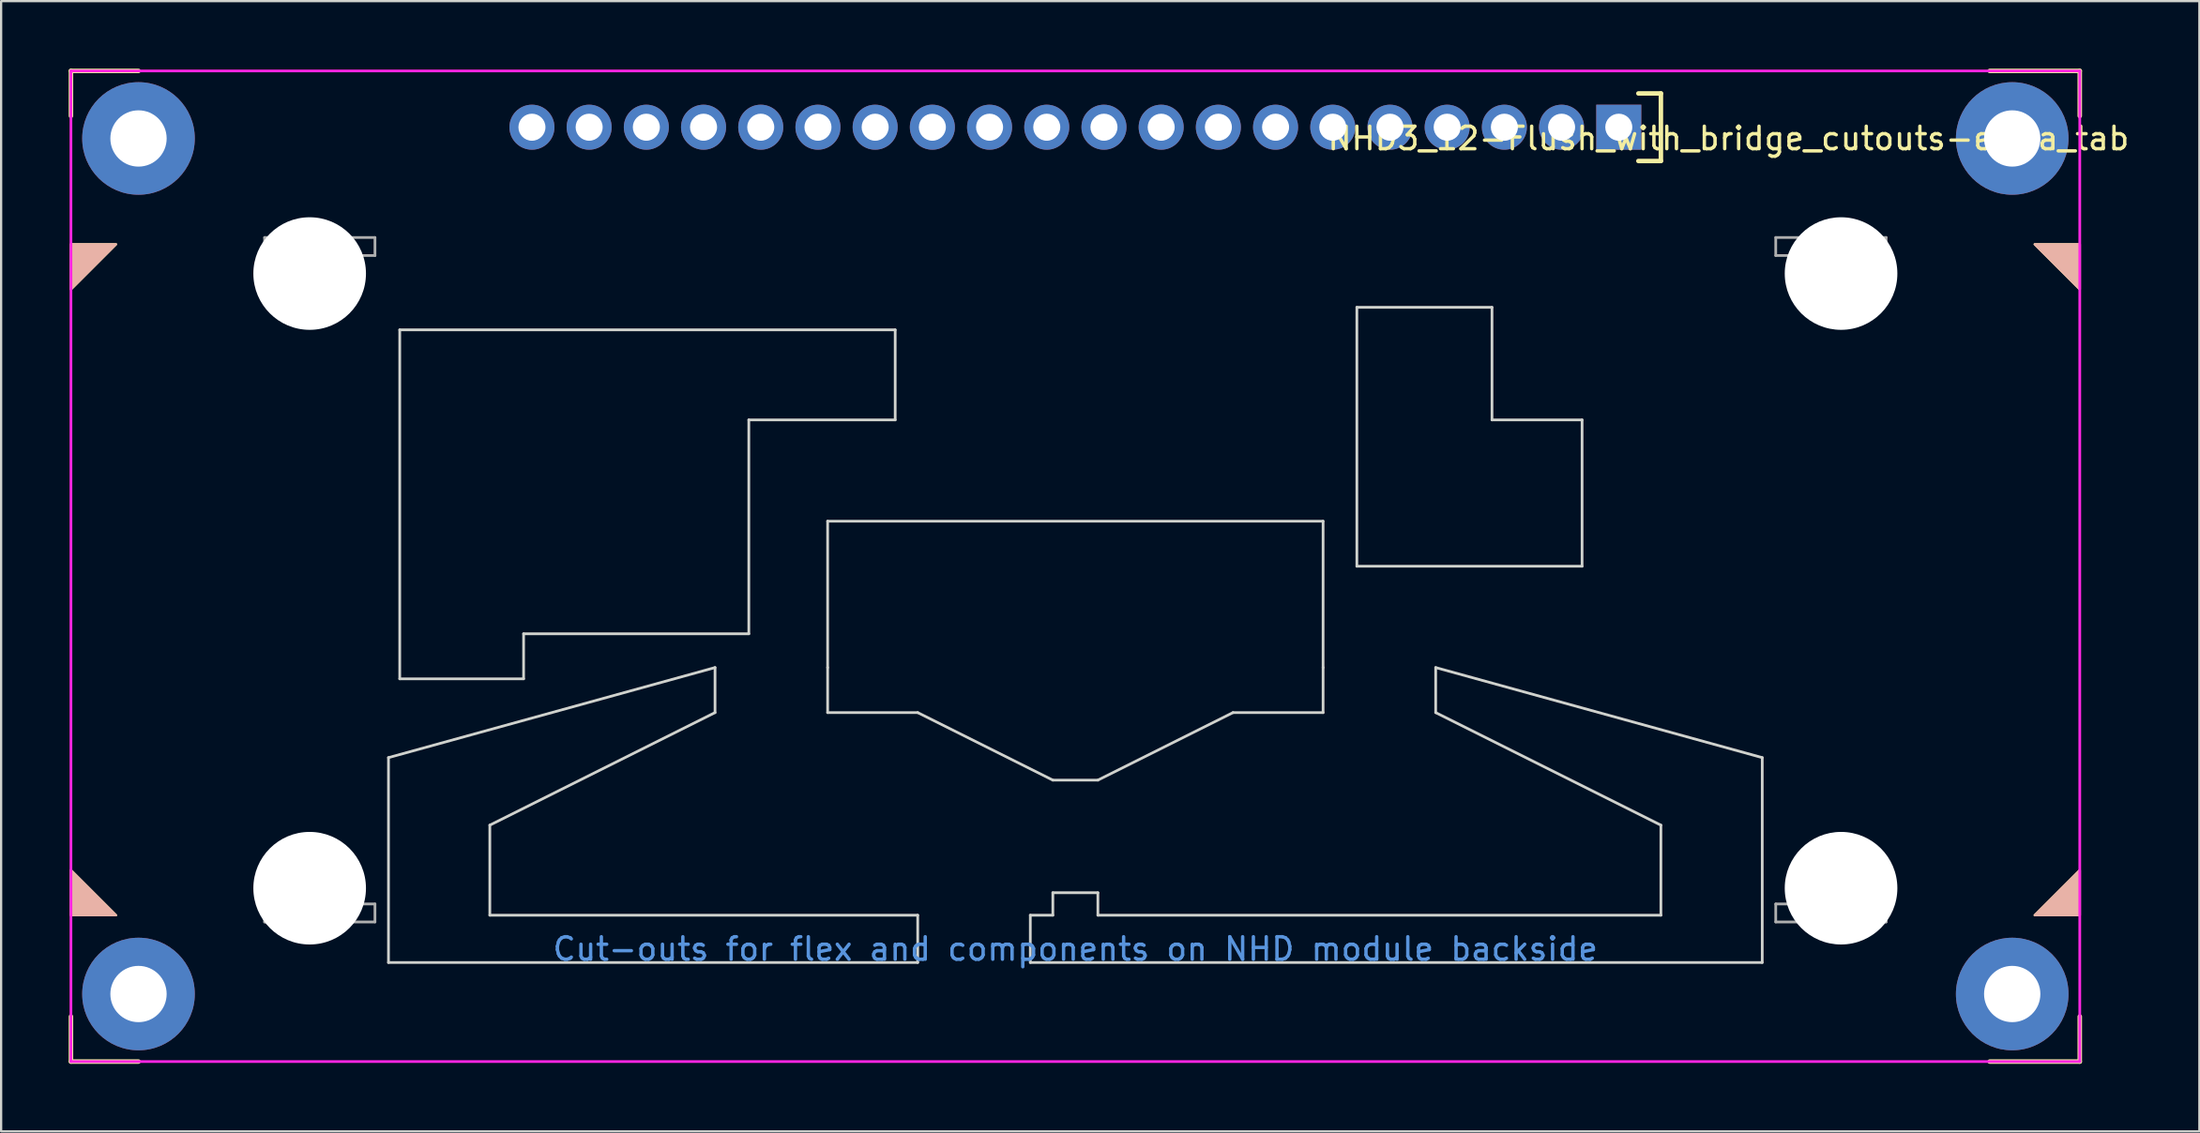
<source format=kicad_pcb>
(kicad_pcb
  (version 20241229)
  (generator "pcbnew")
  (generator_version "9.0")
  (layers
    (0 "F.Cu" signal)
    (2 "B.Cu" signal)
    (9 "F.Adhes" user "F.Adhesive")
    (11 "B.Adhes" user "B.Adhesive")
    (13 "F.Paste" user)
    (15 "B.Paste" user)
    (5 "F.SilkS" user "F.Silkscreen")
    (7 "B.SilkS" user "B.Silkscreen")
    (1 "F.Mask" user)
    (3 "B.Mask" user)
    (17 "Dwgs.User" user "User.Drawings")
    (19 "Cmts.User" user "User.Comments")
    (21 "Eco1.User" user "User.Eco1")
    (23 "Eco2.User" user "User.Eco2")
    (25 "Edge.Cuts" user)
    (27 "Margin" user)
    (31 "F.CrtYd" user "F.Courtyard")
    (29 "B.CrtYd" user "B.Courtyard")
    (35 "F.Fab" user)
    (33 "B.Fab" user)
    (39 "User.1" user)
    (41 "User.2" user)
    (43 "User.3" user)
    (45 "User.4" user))
  (footprint "NHD3_12-Flush_with_bridge_cutouts-extra_tab"
    (layer "F.Cu")
    (at 44.7 22.1)
    (property "Reference" "NHD3_12-Flush_with_bridge_cutouts-extra_tab" (at 29 -19 0) (layer "F.SilkS") (effects (font (size 1 1) (thickness 0.15))))
    (attr through_hole)
    (fp_line (start -44.6 -22) (end -41.6 -22) (stroke (width 0.2) (type solid)) (layer "F.SilkS"))
    (fp_line (start -44.6 -20) (end -44.6 -22) (stroke (width 0.2) (type solid)) (layer "F.SilkS"))
    (fp_line (start -44.6 20) (end -44.6 22) (stroke (width 0.2) (type solid)) (layer "F.SilkS"))
    (fp_line (start -44.6 22) (end -41.6 22) (stroke (width 0.2) (type solid)) (layer "F.SilkS"))
    (fp_line (start 25 -21) (end 26 -21) (stroke (width 0.2) (type solid)) (layer "F.SilkS"))
    (fp_line (start 26 -21) (end 26 -18) (stroke (width 0.2) (type solid)) (layer "F.SilkS"))
    (fp_line (start 26 -18) (end 25 -18) (stroke (width 0.2) (type solid)) (layer "F.SilkS"))
    (fp_line (start 40.6 -22) (end 44.6 -22) (stroke (width 0.2) (type solid)) (layer "F.SilkS"))
    (fp_line (start 44.6 -22) (end 44.6 -20) (stroke (width 0.2) (type solid)) (layer "F.SilkS"))
    (fp_line (start 44.6 20) (end 44.6 22) (stroke (width 0.2) (type solid)) (layer "F.SilkS"))
    (fp_line (start 44.6 22) (end 40.6 22) (stroke (width 0.2) (type solid)) (layer "F.SilkS"))
    (fp_poly (pts (xy -44.6 -12.3) (xy -44.6 -14.3) (xy -42.6 -14.3)) (stroke (width 0.1) (type solid)) (fill yes) (layer "F.SilkS"))
    (fp_poly (pts (xy -42.6 15.5) (xy -44.6 15.5) (xy -44.6 13.5)) (stroke (width 0.1) (type solid)) (fill yes) (layer "F.SilkS"))
    (fp_poly (pts (xy 42.6 -14.3) (xy 44.6 -14.3) (xy 44.6 -12.3)) (stroke (width 0.1) (type solid)) (fill yes) (layer "F.SilkS"))
    (fp_poly (pts (xy 44.6 13.5) (xy 44.6 15.5) (xy 42.6 15.5)) (stroke (width 0.1) (type solid)) (fill yes) (layer "F.SilkS"))
    (fp_poly (pts (xy -44.6 13.5) (xy -44.6 15.5) (xy -42.6 15.5)) (stroke (width 0.1) (type solid)) (fill yes) (layer "B.SilkS"))
    (fp_poly (pts (xy -42.6 -14.3) (xy -44.6 -14.3) (xy -44.6 -12.3)) (stroke (width 0.1) (type solid)) (fill yes) (layer "B.SilkS"))
    (fp_poly (pts (xy 42.6 15.5) (xy 44.6 15.5) (xy 44.6 13.5)) (stroke (width 0.1) (type solid)) (fill yes) (layer "B.SilkS"))
    (fp_poly (pts (xy 44.6 -12.3) (xy 44.6 -14.3) (xy 42.6 -14.3)) (stroke (width 0.1) (type solid)) (fill yes) (layer "B.SilkS"))
    (fp_line (start -30.5 17.6) (end -30.5 8.5) (stroke (width 0.12) (type solid)) (layer "Eco1.User"))
    (fp_line (start -30 -10.5) (end -8 -10.5) (stroke (width 0.12) (type solid)) (layer "Eco1.User"))
    (fp_line (start -30 5) (end -30 -10.5) (stroke (width 0.12) (type solid)) (layer "Eco1.User"))
    (fp_line (start -26 11.5) (end -26 15.5) (stroke (width 0.12) (type solid)) (layer "Eco1.User"))
    (fp_line (start -26 15.5) (end -7 15.5) (stroke (width 0.12) (type solid)) (layer "Eco1.User"))
    (fp_line (start -24.5 3) (end -24.5 5) (stroke (width 0.12) (type solid)) (layer "Eco1.User"))
    (fp_line (start -24.5 5) (end -30 5) (stroke (width 0.12) (type solid)) (layer "Eco1.User"))
    (fp_line (start -16 4.5) (end -30.5 8.5) (stroke (width 0.12) (type solid)) (layer "Eco1.User"))
    (fp_line (start -16 4.5) (end -16 6.5) (stroke (width 0.12) (type solid)) (layer "Eco1.User"))
    (fp_line (start -16 6.5) (end -26 11.5) (stroke (width 0.12) (type solid)) (layer "Eco1.User"))
    (fp_line (start -14.5 -6.5) (end -14.5 3) (stroke (width 0.12) (type solid)) (layer "Eco1.User"))
    (fp_line (start -14.5 3) (end -24.5 3) (stroke (width 0.12) (type solid)) (layer "Eco1.User"))
    (fp_line (start -11 -2) (end 11 -2) (stroke (width 0.12) (type solid)) (layer "Eco1.User"))
    (fp_line (start -11 4.5) (end -11 -2) (stroke (width 0.12) (type solid)) (layer "Eco1.User"))
    (fp_line (start -11 4.5) (end -11 6.5) (stroke (width 0.12) (type solid)) (layer "Eco1.User"))
    (fp_line (start -11 6.5) (end -7 6.5) (stroke (width 0.12) (type solid)) (layer "Eco1.User"))
    (fp_line (start -8 -10.5) (end -8 -6.5) (stroke (width 0.12) (type solid)) (layer "Eco1.User"))
    (fp_line (start -8 -6.5) (end -14.5 -6.5) (stroke (width 0.12) (type solid)) (layer "Eco1.User"))
    (fp_line (start -7 6.5) (end -1 9.5) (stroke (width 0.12) (type solid)) (layer "Eco1.User"))
    (fp_line (start -7 15.5) (end -7 17.6) (stroke (width 0.12) (type solid)) (layer "Eco1.User"))
    (fp_line (start -7 17.6) (end -30.5 17.6) (stroke (width 0.12) (type solid)) (layer "Eco1.User"))
    (fp_line (start -2 15.5) (end -2 17.6) (stroke (width 0.12) (type solid)) (layer "Eco1.User"))
    (fp_line (start -2 15.5) (end -1 15.5) (stroke (width 0.12) (type solid)) (layer "Eco1.User"))
    (fp_line (start -1 14.5) (end 1 14.5) (stroke (width 0.12) (type solid)) (layer "Eco1.User"))
    (fp_line (start -1 15.5) (end -1 14.5) (stroke (width 0.12) (type solid)) (layer "Eco1.User"))
    (fp_line (start 1 9.5) (end -1 9.5) (stroke (width 0.12) (type solid)) (layer "Eco1.User"))
    (fp_line (start 1 14.5) (end 1 15.5) (stroke (width 0.12) (type solid)) (layer "Eco1.User"))
    (fp_line (start 1 15.5) (end 26 15.5) (stroke (width 0.12) (type solid)) (layer "Eco1.User"))
    (fp_line (start 7 6.5) (end 1 9.5) (stroke (width 0.12) (type solid)) (layer "Eco1.User"))
    (fp_line (start 11 -2) (end 11 4.5) (stroke (width 0.12) (type solid)) (layer "Eco1.User"))
    (fp_line (start 11 4.5) (end 11 6.5) (stroke (width 0.12) (type solid)) (layer "Eco1.User"))
    (fp_line (start 11 6.5) (end 7 6.5) (stroke (width 0.12) (type solid)) (layer "Eco1.User"))
    (fp_line (start 12.5 -11.5) (end 18.5 -11.5) (stroke (width 0.12) (type solid)) (layer "Eco1.User"))
    (fp_line (start 12.5 0) (end 12.5 -11.5) (stroke (width 0.12) (type solid)) (layer "Eco1.User"))
    (fp_line (start 16 4.5) (end 30.5 8.5) (stroke (width 0.12) (type solid)) (layer "Eco1.User"))
    (fp_line (start 16 6.5) (end 16 4.5) (stroke (width 0.12) (type solid)) (layer "Eco1.User"))
    (fp_line (start 18.5 -11.5) (end 18.5 -6.5) (stroke (width 0.12) (type solid)) (layer "Eco1.User"))
    (fp_line (start 18.5 -6.5) (end 22.5 -6.5) (stroke (width 0.12) (type solid)) (layer "Eco1.User"))
    (fp_line (start 22.5 -6.5) (end 22.5 0) (stroke (width 0.12) (type solid)) (layer "Eco1.User"))
    (fp_line (start 22.5 0) (end 12.5 0) (stroke (width 0.12) (type solid)) (layer "Eco1.User"))
    (fp_line (start 26 11.5) (end 16 6.5) (stroke (width 0.12) (type solid)) (layer "Eco1.User"))
    (fp_line (start 26 15.5) (end 26 11.5) (stroke (width 0.12) (type solid)) (layer "Eco1.User"))
    (fp_line (start 30.5 8.5) (end 30.5 17.6) (stroke (width 0.12) (type solid)) (layer "Eco1.User"))
    (fp_line (start 30.5 17.6) (end -2 17.6) (stroke (width 0.12) (type solid)) (layer "Eco1.User"))
    (fp_line (start -30.5 8.5) (end -16 4.5) (stroke (width 0.12) (type solid)) (layer "Edge.Cuts"))
    (fp_line (start -30.5 17.6) (end -30.5 8.5) (stroke (width 0.12) (type solid)) (layer "Edge.Cuts"))
    (fp_line (start -30.5 17.6) (end -7 17.6) (stroke (width 0.12) (type solid)) (layer "Edge.Cuts"))
    (fp_line (start -30 -10.5) (end -8 -10.5) (stroke (width 0.12) (type solid)) (layer "Edge.Cuts"))
    (fp_line (start -30 5) (end -30 -10.5) (stroke (width 0.12) (type solid)) (layer "Edge.Cuts"))
    (fp_line (start -26 11.5) (end -26 15.5) (stroke (width 0.12) (type solid)) (layer "Edge.Cuts"))
    (fp_line (start -26 15.5) (end -7 15.5) (stroke (width 0.12) (type solid)) (layer "Edge.Cuts"))
    (fp_line (start -24.5 3) (end -24.5 5) (stroke (width 0.12) (type solid)) (layer "Edge.Cuts"))
    (fp_line (start -24.5 5) (end -30 5) (stroke (width 0.12) (type solid)) (layer "Edge.Cuts"))
    (fp_line (start -16 4.5) (end -16 6.5) (stroke (width 0.12) (type solid)) (layer "Edge.Cuts"))
    (fp_line (start -16 6.5) (end -26 11.5) (stroke (width 0.12) (type solid)) (layer "Edge.Cuts"))
    (fp_line (start -14.5 -6.5) (end -14.5 3) (stroke (width 0.12) (type solid)) (layer "Edge.Cuts"))
    (fp_line (start -14.5 3) (end -24.5 3) (stroke (width 0.12) (type solid)) (layer "Edge.Cuts"))
    (fp_line (start -11 -2) (end 11 -2) (stroke (width 0.12) (type solid)) (layer "Edge.Cuts"))
    (fp_line (start -11 4.5) (end -11 -2) (stroke (width 0.12) (type solid)) (layer "Edge.Cuts"))
    (fp_line (start -11 4.5) (end -11 6.5) (stroke (width 0.12) (type solid)) (layer "Edge.Cuts"))
    (fp_line (start -11 6.5) (end -7 6.5) (stroke (width 0.12) (type solid)) (layer "Edge.Cuts"))
    (fp_line (start -8 -10.5) (end -8 -6.5) (stroke (width 0.12) (type solid)) (layer "Edge.Cuts"))
    (fp_line (start -8 -6.5) (end -14.5 -6.5) (stroke (width 0.12) (type solid)) (layer "Edge.Cuts"))
    (fp_line (start -7 6.5) (end -1 9.5) (stroke (width 0.12) (type solid)) (layer "Edge.Cuts"))
    (fp_line (start -7 15.5) (end -7 17.6) (stroke (width 0.12) (type solid)) (layer "Edge.Cuts"))
    (fp_line (start -2 15.5) (end -1 15.5) (stroke (width 0.12) (type solid)) (layer "Edge.Cuts"))
    (fp_line (start -2 17.6) (end -2 15.5) (stroke (width 0.12) (type solid)) (layer "Edge.Cuts"))
    (fp_line (start -1 14.5) (end 1 14.5) (stroke (width 0.12) (type solid)) (layer "Edge.Cuts"))
    (fp_line (start -1 15.5) (end -1 14.5) (stroke (width 0.12) (type solid)) (layer "Edge.Cuts"))
    (fp_line (start 1 9.5) (end -1 9.5) (stroke (width 0.12) (type solid)) (layer "Edge.Cuts"))
    (fp_line (start 1 14.5) (end 1 15.5) (stroke (width 0.12) (type solid)) (layer "Edge.Cuts"))
    (fp_line (start 1 15.5) (end 26 15.5) (stroke (width 0.12) (type solid)) (layer "Edge.Cuts"))
    (fp_line (start 7 6.5) (end 1 9.5) (stroke (width 0.12) (type solid)) (layer "Edge.Cuts"))
    (fp_line (start 11 -2) (end 11 4.5) (stroke (width 0.12) (type solid)) (layer "Edge.Cuts"))
    (fp_line (start 11 4.5) (end 11 6.5) (stroke (width 0.12) (type solid)) (layer "Edge.Cuts"))
    (fp_line (start 11 6.5) (end 7 6.5) (stroke (width 0.12) (type solid)) (layer "Edge.Cuts"))
    (fp_line (start 12.5 -11.5) (end 18.5 -11.5) (stroke (width 0.12) (type solid)) (layer "Edge.Cuts"))
    (fp_line (start 12.5 0) (end 12.5 -11.5) (stroke (width 0.12) (type solid)) (layer "Edge.Cuts"))
    (fp_line (start 16 4.5) (end 30.5 8.5) (stroke (width 0.12) (type solid)) (layer "Edge.Cuts"))
    (fp_line (start 16 6.5) (end 16 4.5) (stroke (width 0.12) (type solid)) (layer "Edge.Cuts"))
    (fp_line (start 18.5 -11.5) (end 18.5 -6.5) (stroke (width 0.12) (type solid)) (layer "Edge.Cuts"))
    (fp_line (start 18.5 -6.5) (end 22.5 -6.5) (stroke (width 0.12) (type solid)) (layer "Edge.Cuts"))
    (fp_line (start 22.5 -6.5) (end 22.5 0) (stroke (width 0.12) (type solid)) (layer "Edge.Cuts"))
    (fp_line (start 22.5 0) (end 12.5 0) (stroke (width 0.12) (type solid)) (layer "Edge.Cuts"))
    (fp_line (start 26 11.5) (end 16 6.5) (stroke (width 0.12) (type solid)) (layer "Edge.Cuts"))
    (fp_line (start 26 15.5) (end 26 11.5) (stroke (width 0.12) (type solid)) (layer "Edge.Cuts"))
    (fp_line (start 30.5 8.5) (end 30.5 17.6) (stroke (width 0.12) (type solid)) (layer "Edge.Cuts"))
    (fp_line (start 30.5 17.6) (end -2 17.6) (stroke (width 0.12) (type solid)) (layer "Edge.Cuts"))
    (fp_line (start -44.6 -22) (end -44.6 22) (stroke (width 0.12) (type solid)) (layer "F.CrtYd"))
    (fp_line (start -44.6 -22) (end 44.6 -22) (stroke (width 0.12) (type solid)) (layer "F.CrtYd"))
    (fp_line (start 44.6 -22) (end 44.6 22) (stroke (width 0.12) (type solid)) (layer "F.CrtYd"))
    (fp_line (start 44.6 22) (end -44.6 22) (stroke (width 0.12) (type solid)) (layer "F.CrtYd"))
    (fp_line (start -36 -14.6) (end -36 -13.8) (stroke (width 0.12) (type solid)) (layer "F.Fab"))
    (fp_line (start -36 -13.8) (end -31.1 -13.8) (stroke (width 0.12) (type solid)) (layer "F.Fab"))
    (fp_line (start -36 15) (end -36 15.8) (stroke (width 0.12) (type solid)) (layer "F.Fab"))
    (fp_line (start -36 15.8) (end -31.1 15.8) (stroke (width 0.12) (type solid)) (layer "F.Fab"))
    (fp_line (start -31.1 -14.6) (end -36 -14.6) (stroke (width 0.12) (type solid)) (layer "F.Fab"))
    (fp_line (start -31.1 -13.8) (end -31.1 -14.6) (stroke (width 0.12) (type solid)) (layer "F.Fab"))
    (fp_line (start -31.1 15) (end -36 15) (stroke (width 0.12) (type solid)) (layer "F.Fab"))
    (fp_line (start -31.1 15.8) (end -31.1 15) (stroke (width 0.12) (type solid)) (layer "F.Fab"))
    (fp_line (start 31.1 -14.6) (end 31.1 -13.8) (stroke (width 0.12) (type solid)) (layer "F.Fab"))
    (fp_line (start 31.1 -13.8) (end 36 -13.8) (stroke (width 0.12) (type solid)) (layer "F.Fab"))
    (fp_line (start 31.1 15) (end 31.1 15.8) (stroke (width 0.12) (type solid)) (layer "F.Fab"))
    (fp_line (start 31.1 15.8) (end 36 15.8) (stroke (width 0.12) (type solid)) (layer "F.Fab"))
    (fp_line (start 36 -14.6) (end 31.1 -14.6) (stroke (width 0.12) (type solid)) (layer "F.Fab"))
    (fp_line (start 36 -13.8) (end 36 -14.6) (stroke (width 0.12) (type solid)) (layer "F.Fab"))
    (fp_line (start 36 15) (end 31.1 15) (stroke (width 0.12) (type solid)) (layer "F.Fab"))
    (fp_line (start 36 15.8) (end 36 15) (stroke (width 0.12) (type solid)) (layer "F.Fab"))
    (fp_text user "Cut-outs for flex and components on NHD module backside" (at 0 17 0) (layer "Cmts.User") (effects (font (size 1 1) (thickness 0.15))))
    (pad "" np_thru_hole circle (at -34 -13) (size 5 5) (drill 5) (layers "*.Cu" "*.Mask"))
    (pad "" np_thru_hole circle (at -34 14.3) (size 5 5) (drill 5) (layers "*.Cu" "*.Mask"))
    (pad "" np_thru_hole circle (at 34 -13) (size 5 5) (drill 5) (layers "*.Cu" "*.Mask"))
    (pad "" np_thru_hole circle (at 34 14.3) (size 5 5) (drill 5) (layers "*.Cu" "*.Mask"))
    (pad "1" thru_hole rect (at 24.13 -19.5 180) (size 2 2) (drill 1.2) (layers "*.Cu" "*.Mask"))
    (pad "2" thru_hole circle (at 21.59 -19.5 180) (size 2 2) (drill 1.2) (layers "*.Cu" "*.Mask"))
    (pad "3" thru_hole circle (at 19.05 -19.5 180) (size 2 2) (drill 1.2) (layers "*.Cu" "*.Mask"))
    (pad "4" thru_hole circle (at 16.51 -19.5 180) (size 2 2) (drill 1.2) (layers "*.Cu" "*.Mask"))
    (pad "5" thru_hole circle (at 13.97 -19.5 180) (size 2 2) (drill 1.2) (layers "*.Cu" "*.Mask"))
    (pad "6" thru_hole circle (at 11.43 -19.5 180) (size 2 2) (drill 1.2) (layers "*.Cu" "*.Mask"))
    (pad "7" thru_hole circle (at 8.89 -19.5 180) (size 2 2) (drill 1.2) (layers "*.Cu" "*.Mask"))
    (pad "8" thru_hole circle (at 6.35 -19.5 180) (size 2 2) (drill 1.2) (layers "*.Cu" "*.Mask"))
    (pad "9" thru_hole circle (at 3.81 -19.5 180) (size 2 2) (drill 1.2) (layers "*.Cu" "*.Mask"))
    (pad "10" thru_hole circle (at 1.27 -19.5 180) (size 2 2) (drill 1.2) (layers "*.Cu" "*.Mask"))
    (pad "11" thru_hole circle (at -1.27 -19.5 180) (size 2 2) (drill 1.2) (layers "*.Cu" "*.Mask"))
    (pad "12" thru_hole circle (at -3.81 -19.5 180) (size 2 2) (drill 1.2) (layers "*.Cu" "*.Mask"))
    (pad "13" thru_hole circle (at -6.35 -19.5 180) (size 2 2) (drill 1.2) (layers "*.Cu" "*.Mask"))
    (pad "14" thru_hole circle (at -8.89 -19.5 180) (size 2 2) (drill 1.2) (layers "*.Cu" "*.Mask"))
    (pad "15" thru_hole circle (at -11.43 -19.5 180) (size 2 2) (drill 1.2) (layers "*.Cu" "*.Mask"))
    (pad "16" thru_hole circle (at -13.97 -19.5 180) (size 2 2) (drill 1.2) (layers "*.Cu" "*.Mask"))
    (pad "17" thru_hole circle (at -16.51 -19.5 180) (size 2 2) (drill 1.2) (layers "*.Cu" "*.Mask"))
    (pad "18" thru_hole circle (at -19.05 -19.5 180) (size 2 2) (drill 1.2) (layers "*.Cu" "*.Mask"))
    (pad "19" thru_hole circle (at -21.59 -19.5 180) (size 2 2) (drill 1.2) (layers "*.Cu" "*.Mask"))
    (pad "20" thru_hole circle (at -24.13 -19.5 180) (size 2 2) (drill 1.2) (layers "*.Cu" "*.Mask"))
    (pad "21" thru_hole circle (at -41.6 -19) (size 5 5) (drill 2.5) (layers "*.Cu" "*.Mask"))
    (pad "21" thru_hole circle (at -41.6 19) (size 5 5) (drill 2.5) (layers "*.Cu" "*.Mask"))
    (pad "21" thru_hole circle (at 41.6 -19) (size 5 5) (drill 2.5) (layers "*.Cu" "*.Mask"))
    (pad "21" thru_hole circle (at 41.6 19) (size 5 5) (drill 2.5) (layers "*.Cu" "*.Mask")))
  (gr_rect
    (start -3 -3)
    (end 94.611 47.2)
    (stroke (width 0.1) (type default))
    (fill no)
    (layer "Edge.Cuts")))
</source>
